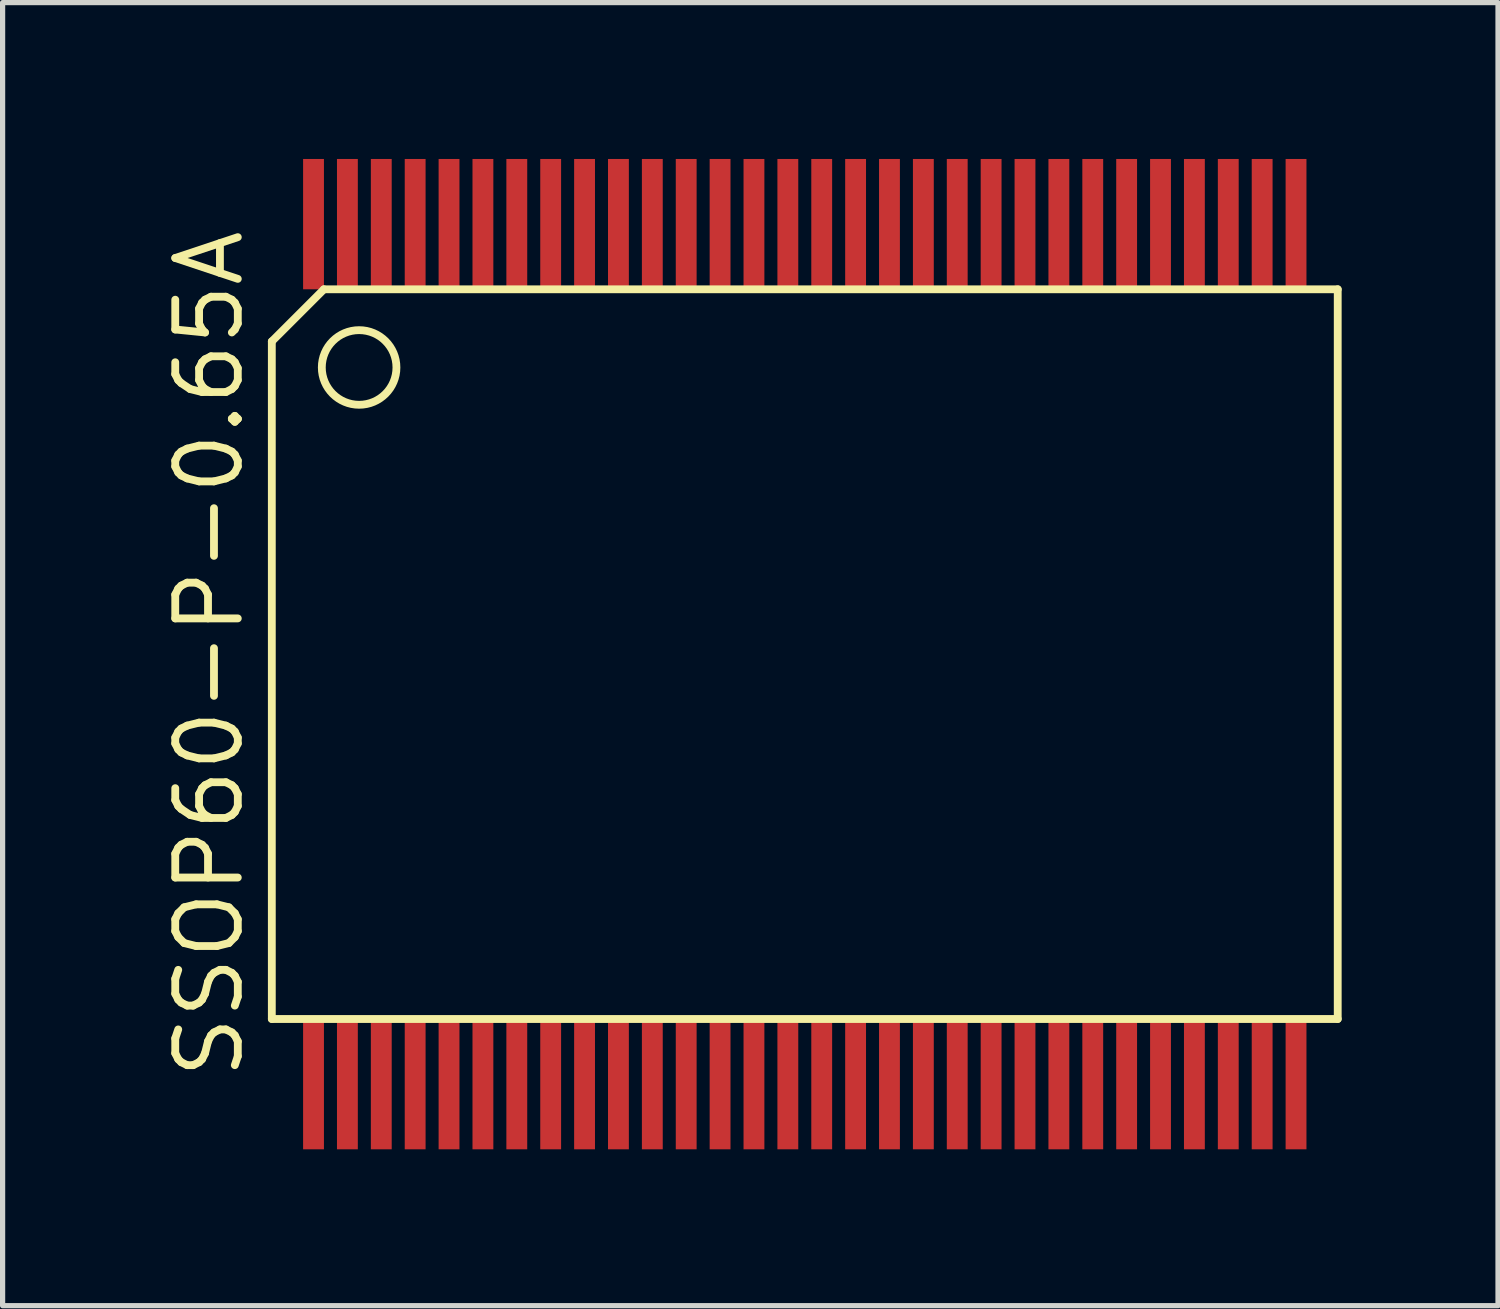
<source format=kicad_pcb>
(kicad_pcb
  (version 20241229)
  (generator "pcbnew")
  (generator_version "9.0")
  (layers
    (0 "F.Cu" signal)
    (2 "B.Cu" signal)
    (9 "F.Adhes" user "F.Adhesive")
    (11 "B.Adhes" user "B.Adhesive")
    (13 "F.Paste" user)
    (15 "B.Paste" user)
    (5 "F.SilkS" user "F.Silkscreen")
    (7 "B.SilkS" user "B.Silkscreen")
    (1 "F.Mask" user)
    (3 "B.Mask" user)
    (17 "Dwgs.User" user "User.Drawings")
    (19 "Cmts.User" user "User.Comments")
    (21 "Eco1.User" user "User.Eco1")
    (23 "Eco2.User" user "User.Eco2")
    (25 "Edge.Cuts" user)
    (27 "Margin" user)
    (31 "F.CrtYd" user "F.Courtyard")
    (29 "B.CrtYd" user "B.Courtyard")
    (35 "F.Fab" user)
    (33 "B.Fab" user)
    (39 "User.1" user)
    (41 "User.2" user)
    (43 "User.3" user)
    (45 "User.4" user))
  (footprint "SSOP60-P-0.65A"
    (layer "F.Cu")
    (at 12.39 9.5)
    (property "Reference" "SSOP60-P-0.65A" (at -11.425 0 90) (layer "F.SilkS") (effects (font (size 1.2 1.2) (thickness 0.15))))
    (attr through_hole)
    (fp_line (start -10.225 -6) (end -10.225 7) (stroke (width 0.15) (type solid)) (layer "F.SilkS"))
    (fp_line (start -10.225 7) (end 10.225 7) (stroke (width 0.15) (type solid)) (layer "F.SilkS"))
    (fp_line (start -9.225 -7) (end -10.225 -6) (stroke (width 0.15) (type solid)) (layer "F.SilkS"))
    (fp_line (start 10.225 -7) (end -9.225 -7) (stroke (width 0.15) (type solid)) (layer "F.SilkS"))
    (fp_line (start 10.225 7) (end 10.225 -7) (stroke (width 0.15) (type solid)) (layer "F.SilkS"))
    (fp_circle (center -8.55 -5.5) (end -7.85 -5.35) (stroke (width 0.15) (type solid)) (fill no) (layer "F.SilkS"))
    (pad "1" smd rect (at -9.425 -8.25) (size 0.4 2.5) (layers "F.Cu" "F.Mask" "F.Paste"))
    (pad "2" smd rect (at -8.775 -8.25) (size 0.4 2.5) (layers "F.Cu" "F.Mask" "F.Paste"))
    (pad "3" smd rect (at -8.125 -8.25) (size 0.4 2.5) (layers "F.Cu" "F.Mask" "F.Paste"))
    (pad "4" smd rect (at -7.475 -8.25) (size 0.4 2.5) (layers "F.Cu" "F.Mask" "F.Paste"))
    (pad "5" smd rect (at -6.825 -8.25) (size 0.4 2.5) (layers "F.Cu" "F.Mask" "F.Paste"))
    (pad "6" smd rect (at -6.175 -8.25) (size 0.4 2.5) (layers "F.Cu" "F.Mask" "F.Paste"))
    (pad "7" smd rect (at -5.525 -8.25) (size 0.4 2.5) (layers "F.Cu" "F.Mask" "F.Paste"))
    (pad "8" smd rect (at -4.875 -8.25) (size 0.4 2.5) (layers "F.Cu" "F.Mask" "F.Paste"))
    (pad "9" smd rect (at -4.225 -8.25) (size 0.4 2.5) (layers "F.Cu" "F.Mask" "F.Paste"))
    (pad "10" smd rect (at -3.575 -8.25) (size 0.4 2.5) (layers "F.Cu" "F.Mask" "F.Paste"))
    (pad "11" smd rect (at -2.925 -8.25) (size 0.4 2.5) (layers "F.Cu" "F.Mask" "F.Paste"))
    (pad "12" smd rect (at -2.275 -8.25) (size 0.4 2.5) (layers "F.Cu" "F.Mask" "F.Paste"))
    (pad "13" smd rect (at -1.625 -8.25) (size 0.4 2.5) (layers "F.Cu" "F.Mask" "F.Paste"))
    (pad "14" smd rect (at -0.975 -8.25) (size 0.4 2.5) (layers "F.Cu" "F.Mask" "F.Paste"))
    (pad "15" smd rect (at -0.325 -8.25) (size 0.4 2.5) (layers "F.Cu" "F.Mask" "F.Paste"))
    (pad "16" smd rect (at 0.325 -8.25) (size 0.4 2.5) (layers "F.Cu" "F.Mask" "F.Paste"))
    (pad "17" smd rect (at 0.975 -8.25) (size 0.4 2.5) (layers "F.Cu" "F.Mask" "F.Paste"))
    (pad "18" smd rect (at 1.625 -8.25) (size 0.4 2.5) (layers "F.Cu" "F.Mask" "F.Paste"))
    (pad "19" smd rect (at 2.275 -8.25) (size 0.4 2.5) (layers "F.Cu" "F.Mask" "F.Paste"))
    (pad "20" smd rect (at 2.925 -8.25) (size 0.4 2.5) (layers "F.Cu" "F.Mask" "F.Paste"))
    (pad "21" smd rect (at 3.575 -8.25) (size 0.4 2.5) (layers "F.Cu" "F.Mask" "F.Paste"))
    (pad "22" smd rect (at 4.225 -8.25) (size 0.4 2.5) (layers "F.Cu" "F.Mask" "F.Paste"))
    (pad "23" smd rect (at 4.875 -8.25) (size 0.4 2.5) (layers "F.Cu" "F.Mask" "F.Paste"))
    (pad "24" smd rect (at 5.525 -8.25) (size 0.4 2.5) (layers "F.Cu" "F.Mask" "F.Paste"))
    (pad "25" smd rect (at 6.175 -8.25) (size 0.4 2.5) (layers "F.Cu" "F.Mask" "F.Paste"))
    (pad "26" smd rect (at 6.825 -8.25) (size 0.4 2.5) (layers "F.Cu" "F.Mask" "F.Paste"))
    (pad "27" smd rect (at 7.475 -8.25) (size 0.4 2.5) (layers "F.Cu" "F.Mask" "F.Paste"))
    (pad "28" smd rect (at 8.125 -8.25) (size 0.4 2.5) (layers "F.Cu" "F.Mask" "F.Paste"))
    (pad "29" smd rect (at 8.775 -8.25) (size 0.4 2.5) (layers "F.Cu" "F.Mask" "F.Paste"))
    (pad "30" smd rect (at 9.425 -8.25) (size 0.4 2.5) (layers "F.Cu" "F.Mask" "F.Paste"))
    (pad "31" smd rect (at 9.425 8.25) (size 0.4 2.5) (layers "F.Cu" "F.Mask" "F.Paste"))
    (pad "32" smd rect (at 8.775 8.25) (size 0.4 2.5) (layers "F.Cu" "F.Mask" "F.Paste"))
    (pad "33" smd rect (at 8.125 8.25) (size 0.4 2.5) (layers "F.Cu" "F.Mask" "F.Paste"))
    (pad "34" smd rect (at 7.475 8.25) (size 0.4 2.5) (layers "F.Cu" "F.Mask" "F.Paste"))
    (pad "35" smd rect (at 6.825 8.25) (size 0.4 2.5) (layers "F.Cu" "F.Mask" "F.Paste"))
    (pad "36" smd rect (at 6.175 8.25) (size 0.4 2.5) (layers "F.Cu" "F.Mask" "F.Paste"))
    (pad "37" smd rect (at 5.525 8.25) (size 0.4 2.5) (layers "F.Cu" "F.Mask" "F.Paste"))
    (pad "38" smd rect (at 4.875 8.25) (size 0.4 2.5) (layers "F.Cu" "F.Mask" "F.Paste"))
    (pad "39" smd rect (at 4.225 8.25) (size 0.4 2.5) (layers "F.Cu" "F.Mask" "F.Paste"))
    (pad "40" smd rect (at 3.575 8.25) (size 0.4 2.5) (layers "F.Cu" "F.Mask" "F.Paste"))
    (pad "41" smd rect (at 2.925 8.25) (size 0.4 2.5) (layers "F.Cu" "F.Mask" "F.Paste"))
    (pad "42" smd rect (at 2.275 8.25) (size 0.4 2.5) (layers "F.Cu" "F.Mask" "F.Paste"))
    (pad "43" smd rect (at 1.625 8.25) (size 0.4 2.5) (layers "F.Cu" "F.Mask" "F.Paste"))
    (pad "44" smd rect (at 0.975 8.25) (size 0.4 2.5) (layers "F.Cu" "F.Mask" "F.Paste"))
    (pad "45" smd rect (at 0.325 8.25) (size 0.4 2.5) (layers "F.Cu" "F.Mask" "F.Paste"))
    (pad "46" smd rect (at -0.325 8.25) (size 0.4 2.5) (layers "F.Cu" "F.Mask" "F.Paste"))
    (pad "47" smd rect (at -0.975 8.25) (size 0.4 2.5) (layers "F.Cu" "F.Mask" "F.Paste"))
    (pad "48" smd rect (at -1.625 8.25) (size 0.4 2.5) (layers "F.Cu" "F.Mask" "F.Paste"))
    (pad "49" smd rect (at -2.275 8.25) (size 0.4 2.5) (layers "F.Cu" "F.Mask" "F.Paste"))
    (pad "50" smd rect (at -2.925 8.25) (size 0.4 2.5) (layers "F.Cu" "F.Mask" "F.Paste"))
    (pad "51" smd rect (at -3.575 8.25) (size 0.4 2.5) (layers "F.Cu" "F.Mask" "F.Paste"))
    (pad "52" smd rect (at -4.225 8.25) (size 0.4 2.5) (layers "F.Cu" "F.Mask" "F.Paste"))
    (pad "53" smd rect (at -4.875 8.25) (size 0.4 2.5) (layers "F.Cu" "F.Mask" "F.Paste"))
    (pad "54" smd rect (at -5.525 8.25) (size 0.4 2.5) (layers "F.Cu" "F.Mask" "F.Paste"))
    (pad "55" smd rect (at -6.175 8.25) (size 0.4 2.5) (layers "F.Cu" "F.Mask" "F.Paste"))
    (pad "56" smd rect (at -6.825 8.25) (size 0.4 2.5) (layers "F.Cu" "F.Mask" "F.Paste"))
    (pad "57" smd rect (at -7.475 8.25) (size 0.4 2.5) (layers "F.Cu" "F.Mask" "F.Paste"))
    (pad "58" smd rect (at -8.125 8.25) (size 0.4 2.5) (layers "F.Cu" "F.Mask" "F.Paste"))
    (pad "59" smd rect (at -8.775 8.25) (size 0.4 2.5) (layers "F.Cu" "F.Mask" "F.Paste"))
    (pad "60" smd rect (at -9.425 8.25) (size 0.4 2.5) (layers "F.Cu" "F.Mask" "F.Paste")))
  (gr_rect
    (start -3 -3)
    (end 25.69 22)
    (stroke (width 0.1) (type default))
    (fill no)
    (layer "Edge.Cuts")))
</source>
